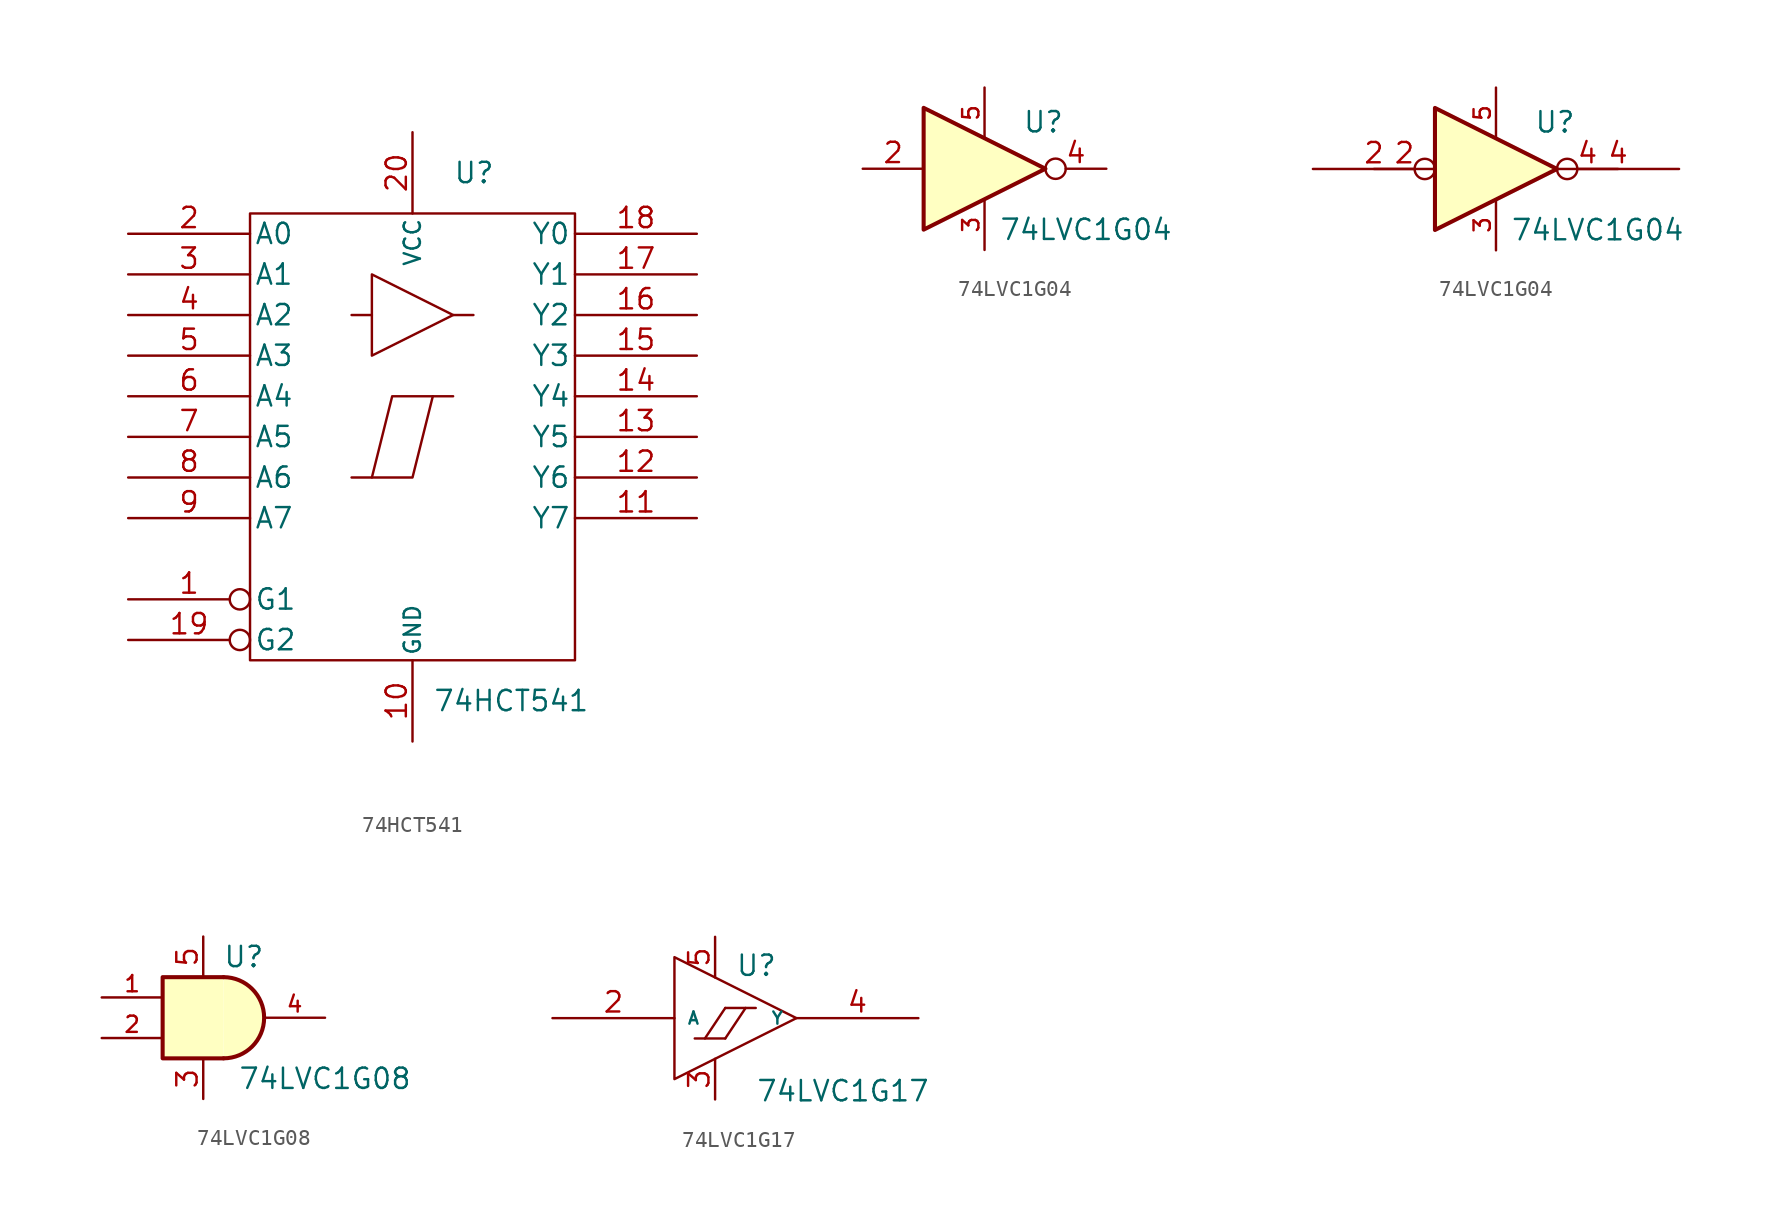
<source format=kicad_sym>
(kicad_symbol_lib
  (version 20220914)
  (generator kicad_symbol_editor)
  (symbol "74HCT541"
    (pin_names
      (offset 0.254))
    (property "Reference" "U"
      (at 2.54 16.51 0)
      (effects (font (size 1.27 1.27)) (justify left)))
    (property "Value" "74HCT541"
      (at 1.27 -16.51 0)
      (effects (font (size 1.27 1.27)) (justify left)))
    (property "Footprint" ""
      (at 0 0 0)
      (effects (font (size 1.27 1.27))))
    (property "Datasheet" ""
      (at 0 0 0)
      (effects (font (size 1.27 1.27))))
    (symbol "74HCT541_0_0"
      (pin power_in line (at 0 -19.05 90) (length 5.08) (name "GND" (effects (font (size 1.016 1.016)))) (number "10" (effects (font (size 1.27 1.27)))))
      (pin power_in line (at 0 19.05 270) (length 5.08) (name "VCC" (effects (font (size 1.016 1.016)))) (number "20" (effects (font (size 1.27 1.27))))))
    (symbol "74HCT541_0_1"
      (rectangle (start -10.16 13.97) (end 10.16 -13.97) (stroke (width 0) (type solid)) (fill (type none)))
      (polyline (pts (xy -2.54 7.62) (xy -3.81 7.62)) (stroke (width 0) (type solid)) (fill (type none)))
      (polyline (pts (xy 2.54 7.62) (xy 3.81 7.62)) (stroke (width 0) (type solid)) (fill (type none)))
      (polyline (pts (xy 1.27 2.54) (xy 0 -2.54) (xy -2.54 -2.54)) (stroke (width 0) (type solid)) (fill (type none)))
      (polyline (pts (xy -2.54 10.16) (xy -2.54 5.08) (xy 2.54 7.62) (xy -2.54 10.16)) (stroke (width 0) (type solid)) (fill (type none)))
      (polyline (pts (xy 2.54 2.54) (xy -1.27 2.54) (xy -2.54 -2.54) (xy -3.81 -2.54)) (stroke (width 0) (type solid)) (fill (type none))))
    (symbol "74HCT541_1_1"
      (pin input inverted (at -17.78 -10.16 0) (length 7.62) (name "G1" (effects (font (size 1.27 1.27)))) (number "1" (effects (font (size 1.27 1.27)))))
      (pin tri_state line (at 17.78 -5.08 180) (length 7.62) (name "Y7" (effects (font (size 1.27 1.27)))) (number "11" (effects (font (size 1.27 1.27)))))
      (pin tri_state line (at 17.78 -2.54 180) (length 7.62) (name "Y6" (effects (font (size 1.27 1.27)))) (number "12" (effects (font (size 1.27 1.27)))))
      (pin tri_state line (at 17.78 0 180) (length 7.62) (name "Y5" (effects (font (size 1.27 1.27)))) (number "13" (effects (font (size 1.27 1.27)))))
      (pin tri_state line (at 17.78 2.54 180) (length 7.62) (name "Y4" (effects (font (size 1.27 1.27)))) (number "14" (effects (font (size 1.27 1.27)))))
      (pin tri_state line (at 17.78 5.08 180) (length 7.62) (name "Y3" (effects (font (size 1.27 1.27)))) (number "15" (effects (font (size 1.27 1.27)))))
      (pin tri_state line (at 17.78 7.62 180) (length 7.62) (name "Y2" (effects (font (size 1.27 1.27)))) (number "16" (effects (font (size 1.27 1.27)))))
      (pin tri_state line (at 17.78 10.16 180) (length 7.62) (name "Y1" (effects (font (size 1.27 1.27)))) (number "17" (effects (font (size 1.27 1.27)))))
      (pin tri_state line (at 17.78 12.7 180) (length 7.62) (name "Y0" (effects (font (size 1.27 1.27)))) (number "18" (effects (font (size 1.27 1.27)))))
      (pin input inverted (at -17.78 -12.7 0) (length 7.62) (name "G2" (effects (font (size 1.27 1.27)))) (number "19" (effects (font (size 1.27 1.27)))))
      (pin input line (at -17.78 12.7 0) (length 7.62) (name "A0" (effects (font (size 1.27 1.27)))) (number "2" (effects (font (size 1.27 1.27)))))
      (pin input line (at -17.78 10.16 0) (length 7.62) (name "A1" (effects (font (size 1.27 1.27)))) (number "3" (effects (font (size 1.27 1.27)))))
      (pin input line (at -17.78 7.62 0) (length 7.62) (name "A2" (effects (font (size 1.27 1.27)))) (number "4" (effects (font (size 1.27 1.27)))))
      (pin input line (at -17.78 5.08 0) (length 7.62) (name "A3" (effects (font (size 1.27 1.27)))) (number "5" (effects (font (size 1.27 1.27)))))
      (pin input line (at -17.78 2.54 0) (length 7.62) (name "A4" (effects (font (size 1.27 1.27)))) (number "6" (effects (font (size 1.27 1.27)))))
      (pin input line (at -17.78 0 0) (length 7.62) (name "A5" (effects (font (size 1.27 1.27)))) (number "7" (effects (font (size 1.27 1.27)))))
      (pin input line (at -17.78 -2.54 0) (length 7.62) (name "A6" (effects (font (size 1.27 1.27)))) (number "8" (effects (font (size 1.27 1.27)))))
      (pin input line (at -17.78 -5.08 0) (length 7.62) (name "A7" (effects (font (size 1.27 1.27)))) (number "9" (effects (font (size 1.27 1.27)))))))
  (symbol "74LVC1G04"
    (pin_names
      (offset 0.762))
    (property "Reference" "U"
      (at 3.683 2.921 0)
      (effects (font (size 1.27 1.27))))
    (property "Value" "74LVC1G04"
      (at 6.35 -3.81 0)
      (effects (font (size 1.27 1.27))))
    (property "Footprint" ""
      (at 2.413 -3.429 0)
      (effects (font (size 1.27 1.27))))
    (symbol "74LVC1G04_0_0"
      (pin power_in line (at 0 5.08 270) (length 3.175) (name "~" (effects (font (size 0.508 0.508)))) (number "5" (effects (font (size 1.016 1.016))))))
    (symbol "74LVC1G04_1_0"
      (polyline (pts (xy -3.81 3.81) (xy -3.81 -3.81) (xy 3.81 0) (xy -3.81 3.81)) (stroke (width 0.254) (type solid)) (fill (type background)))
      (pin input line (at -7.62 0 0) (length 3.81) (name "~" (effects (font (size 1.27 1.27)))) (number "2" (effects (font (size 1.27 1.27)))))
      (pin power_in line (at 0 -5.08 90) (length 3.175) (name "~" (effects (font (size 0.508 0.508)))) (number "3" (effects (font (size 1.016 1.016)))))
      (pin output inverted (at 7.62 0 180) (length 3.81) (name "~" (effects (font (size 1.27 1.27)))) (number "4" (effects (font (size 1.27 1.27))))))
    (symbol "74LVC1G04_1_2"
      (pin input inverted (at -11.43 0 0) (length 7.62) (name "~" (effects (font (size 1.27 1.27)))) (number "2" (effects (font (size 1.27 1.27)))))
      (pin output line (at 11.43 0 180) (length 7.62) (name "~" (effects (font (size 1.27 1.27)))) (number "4" (effects (font (size 1.27 1.27)))))))
  (symbol "74LVC1G08"
    (pin_names
      (offset 1.016))
    (property "Reference" "U"
      (at 1.27 3.81 0)
      (effects (font (size 1.27 1.27))))
    (property "Value" "74LVC1G08"
      (at 6.35 -3.81 0)
      (effects (font (size 1.27 1.27))))
    (symbol "74LVC1G08_0_1"
      (arc (start 0 -2.54) (mid 2.529 0) (end 0 2.54) (stroke (width 0.254) (type solid)) (fill (type background)))
      (polyline (pts (xy 0 -2.54) (xy -3.81 -2.54) (xy -3.81 2.54) (xy 0 2.54)) (stroke (width 0.254) (type solid)) (fill (type background))))
    (symbol "74LVC1G08_1_1"
      (pin input line (at -7.62 1.27 0) (length 3.81) (name "~" (effects (font (size 1.016 1.016)))) (number "1" (effects (font (size 1.016 1.016)))))
      (pin input line (at -7.62 -1.27 0) (length 3.81) (name "~" (effects (font (size 1.016 1.016)))) (number "2" (effects (font (size 1.016 1.016)))))
      (pin power_in line (at -1.27 -5.08 90) (length 2.54) (name "~" (effects (font (size 1.27 1.27)))) (number "3" (effects (font (size 1.27 1.27)))))
      (pin output line (at 6.35 0 180) (length 3.81) (name "~" (effects (font (size 1.016 1.016)))) (number "4" (effects (font (size 1.016 1.016)))))
      (pin power_in line (at -1.27 5.08 270) (length 2.54) (name "~" (effects (font (size 1.27 1.27)))) (number "5" (effects (font (size 1.27 1.27)))))))
  (symbol "74LVC1G17"
    (pin_names
      (offset 0.762))
    (property "Reference" "U"
      (at 0 2.54 0)
      (effects (font (size 1.27 1.27)) (justify left bottom)))
    (property "Value" "74LVC1G17"
      (at 1.27 -3.81 0)
      (effects (font (size 1.27 1.27)) (justify left top)))
    (property "Footprint" ""
      (at 0 0 0)
      (effects (font (size 1.27 1.27))))
    (property "Datasheet" ""
      (at 0 0 0)
      (effects (font (size 1.27 1.27))))
    (symbol "74LVC1G17_0_1"
      (polyline (pts (xy -2.54 -1.27) (xy -0.635 -1.27)) (stroke (width 0) (type solid)) (fill (type none)))
      (polyline (pts (xy -1.905 -1.27) (xy -0.635 0.635)) (stroke (width 0) (type solid)) (fill (type none)))
      (polyline (pts (xy -0.635 -1.27) (xy 0.635 0.635)) (stroke (width 0) (type solid)) (fill (type none)))
      (polyline (pts (xy -0.635 0.635) (xy 1.27 0.635)) (stroke (width 0) (type solid)) (fill (type none)))
      (polyline (pts (xy -3.81 3.81) (xy -3.81 -3.81) (xy 3.81 0) (xy -3.81 3.81)) (stroke (width 0) (type solid)) (fill (type none))))
    (symbol "74LVC1G17_1_1"
      (pin input line (at -11.43 0 0) (length 7.62) (name "A" (effects (font (size 0.762 0.762)))) (number "2" (effects (font (size 1.27 1.27)))))
      (pin power_in line (at -1.27 -5.08 90) (length 2.54) (name "~" (effects (font (size 0.762 0.762)))) (number "3" (effects (font (size 1.27 1.27)))))
      (pin tri_state line (at 11.43 0 180) (length 7.62) (name "Y" (effects (font (size 0.762 0.762)))) (number "4" (effects (font (size 1.27 1.27)))))
      (pin power_in line (at -1.27 5.08 270) (length 2.54) (name "~" (effects (font (size 0.762 0.762)))) (number "5" (effects (font (size 1.27 1.27))))))))
</source>
